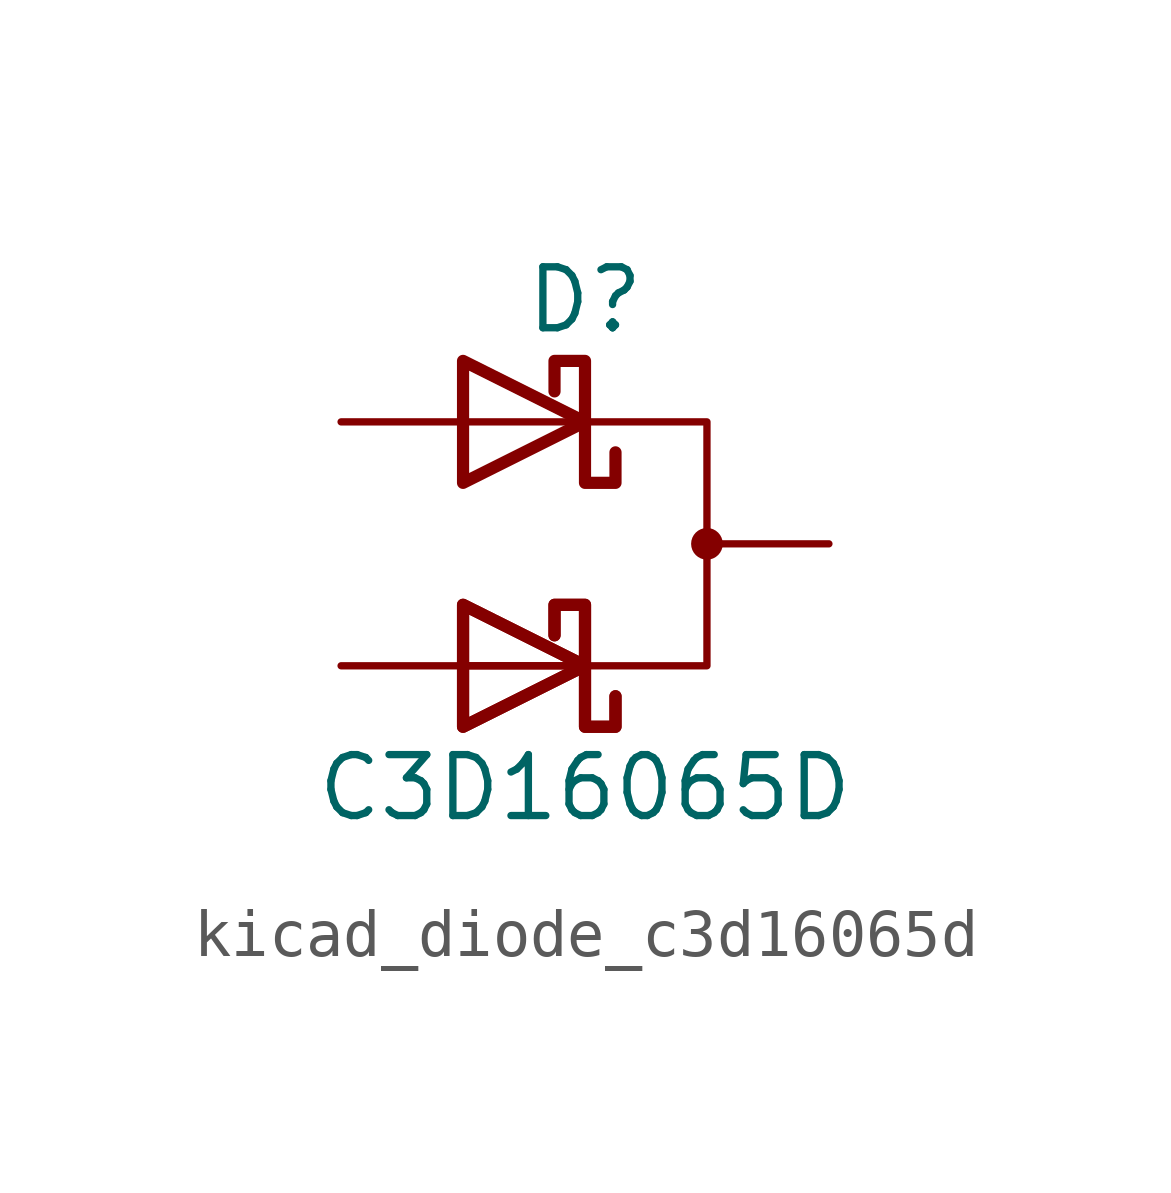
<source format=kicad_sym>
(kicad_symbol_lib
  (version 20220914)
  (generator kicad_symbol_editor)
  (symbol "kicad_diode_c3d16065d"
    (pin_numbers hide)
    (pin_names
      (offset 1.016) hide)
    (property "Reference" "D"
      (at 0 5.08 0)
      (effects (font (size 1.27 1.27))))
    (property "Value" "C3D16065D"
      (at 0 -5.08 0)
      (effects (font (size 1.27 1.27))))
    (symbol "kicad_diode_c3d16065d_0_1"
      (polyline (pts (xy -2.54 -2.54) (xy 0 -2.54)) (stroke (width 0) (type default)) (fill (type none)))
      (polyline (pts (xy -2.54 -2.54) (xy 0 -2.54)) (stroke (width 0) (type default)) (fill (type none)))
      (polyline (pts (xy -2.54 2.54) (xy 0 2.54)) (stroke (width 0) (type default)) (fill (type none)))
      (polyline (pts (xy -2.54 -3.81) (xy -2.54 -1.27) (xy 0 -2.54) (xy -2.54 -3.81)) (stroke (width 0.254) (type default)) (fill (type none)))
      (polyline (pts (xy -2.54 -3.81) (xy -2.54 -1.27) (xy 0 -2.54) (xy -2.54 -3.81)) (stroke (width 0.254) (type default)) (fill (type none)))
      (polyline (pts (xy -2.54 1.27) (xy -2.54 3.81) (xy 0 2.54) (xy -2.54 1.27)) (stroke (width 0.254) (type default)) (fill (type none)))
      (polyline (pts (xy 0 2.54) (xy 2.54 2.54) (xy 2.54 -2.54) (xy 0 -2.54)) (stroke (width 0) (type default)) (fill (type none)))
      (polyline (pts (xy 0.635 -3.175) (xy 0.635 -3.81) (xy 0 -3.81) (xy 0 -1.27) (xy -0.635 -1.27) (xy -0.635 -1.905)) (stroke (width 0.254) (type default)) (fill (type none)))
      (polyline (pts (xy 0.635 -3.175) (xy 0.635 -3.81) (xy 0 -3.81) (xy 0 -1.27) (xy -0.635 -1.27) (xy -0.635 -1.905)) (stroke (width 0.254) (type default)) (fill (type none)))
      (polyline (pts (xy 0.635 1.905) (xy 0.635 1.27) (xy 0 1.27) (xy 0 3.81) (xy -0.635 3.81) (xy -0.635 3.175)) (stroke (width 0.254) (type default)) (fill (type none)))
      (circle (center 2.54 0) (radius 0.254) (stroke (width 0) (type default)) (fill (type outline))))
    (symbol "kicad_diode_c3d16065d_1_1"
      (pin passive line (at -5.08 2.54 0) (length 2.54) (name "A1" (effects (font (size 1.27 1.27)))) (number "1" (effects (font (size 1.27 1.27)))))
      (pin passive line (at 5.08 0 180) (length 2.54) (name "K" (effects (font (size 1.27 1.27)))) (number "2" (effects (font (size 1.27 1.27)))))
      (pin passive line (at -5.08 -2.54 0) (length 2.54) (name "A2" (effects (font (size 1.27 1.27)))) (number "3" (effects (font (size 1.27 1.27))))))))
</source>
